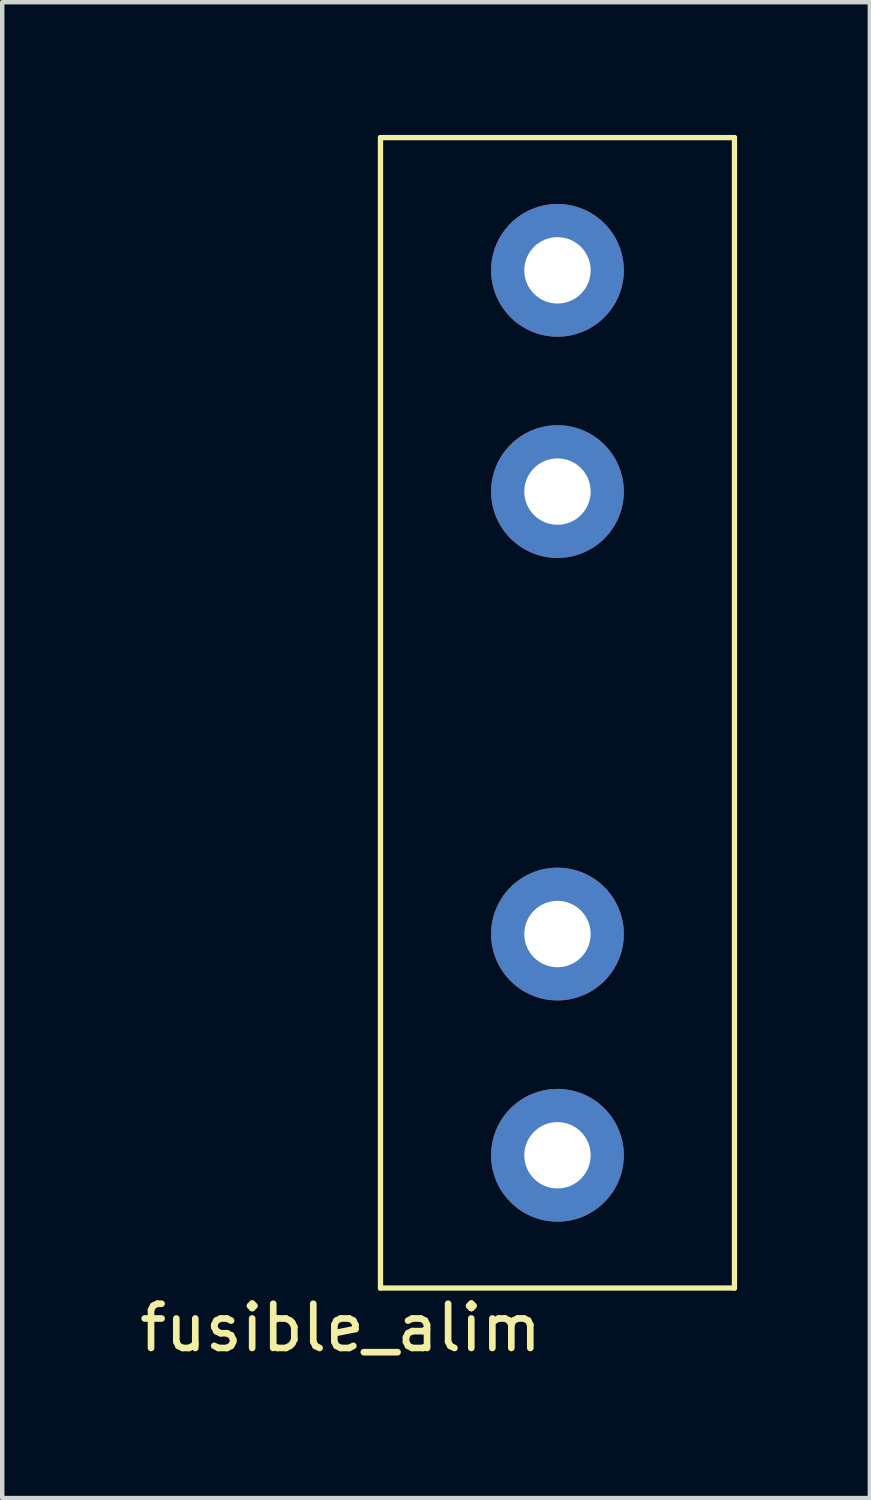
<source format=kicad_pcb>
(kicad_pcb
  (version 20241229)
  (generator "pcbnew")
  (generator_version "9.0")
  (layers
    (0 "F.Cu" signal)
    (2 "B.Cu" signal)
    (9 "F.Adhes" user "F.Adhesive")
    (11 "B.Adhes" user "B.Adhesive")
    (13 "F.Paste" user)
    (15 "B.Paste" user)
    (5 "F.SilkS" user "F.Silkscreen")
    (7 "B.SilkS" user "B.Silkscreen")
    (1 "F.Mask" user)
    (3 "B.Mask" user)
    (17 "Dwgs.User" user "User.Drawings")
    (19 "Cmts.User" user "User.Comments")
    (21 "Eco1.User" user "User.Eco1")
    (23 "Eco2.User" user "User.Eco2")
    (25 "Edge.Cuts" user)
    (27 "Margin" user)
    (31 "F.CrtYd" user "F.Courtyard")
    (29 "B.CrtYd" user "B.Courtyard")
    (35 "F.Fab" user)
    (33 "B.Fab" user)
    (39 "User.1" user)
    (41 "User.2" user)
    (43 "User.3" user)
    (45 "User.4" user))
  (footprint "fusible_alim"
    (layer "F.Cu")
    (at 9.549 23.06)
    (property "Reference" "fusible_alim" (at -4.9 3.9 0) (layer "F.SilkS") (effects (font (size 1 1) (thickness 0.15))))
    (attr through_hole)
    (fp_line (start -4 -23) (end 4 -23) (stroke (width 0.12) (type solid)) (layer "F.SilkS"))
    (fp_line (start -4 3) (end -4 -23) (stroke (width 0.12) (type solid)) (layer "F.SilkS"))
    (fp_line (start 4 -23) (end 4 3) (stroke (width 0.12) (type solid)) (layer "F.SilkS"))
    (fp_line (start 4 3) (end -4 3) (stroke (width 0.12) (type solid)) (layer "F.SilkS"))
    (pad "1" thru_hole circle (at 0 -20) (size 3 3) (drill 1.5) (layers "*.Cu" "*.Mask"))
    (pad "1" thru_hole circle (at 0 -15) (size 3 3) (drill 1.5) (layers "*.Cu" "*.Mask"))
    (pad "2" thru_hole circle (at 0 -5) (size 3 3) (drill 1.5) (layers "*.Cu" "*.Mask"))
    (pad "2" thru_hole circle (at 0 0) (size 3 3) (drill 1.5) (layers "*.Cu" "*.Mask")))
  (gr_rect
    (start -3 -3)
    (end 16.609 30.808)
    (stroke (width 0.1) (type default))
    (fill no)
    (layer "Edge.Cuts")))
</source>
